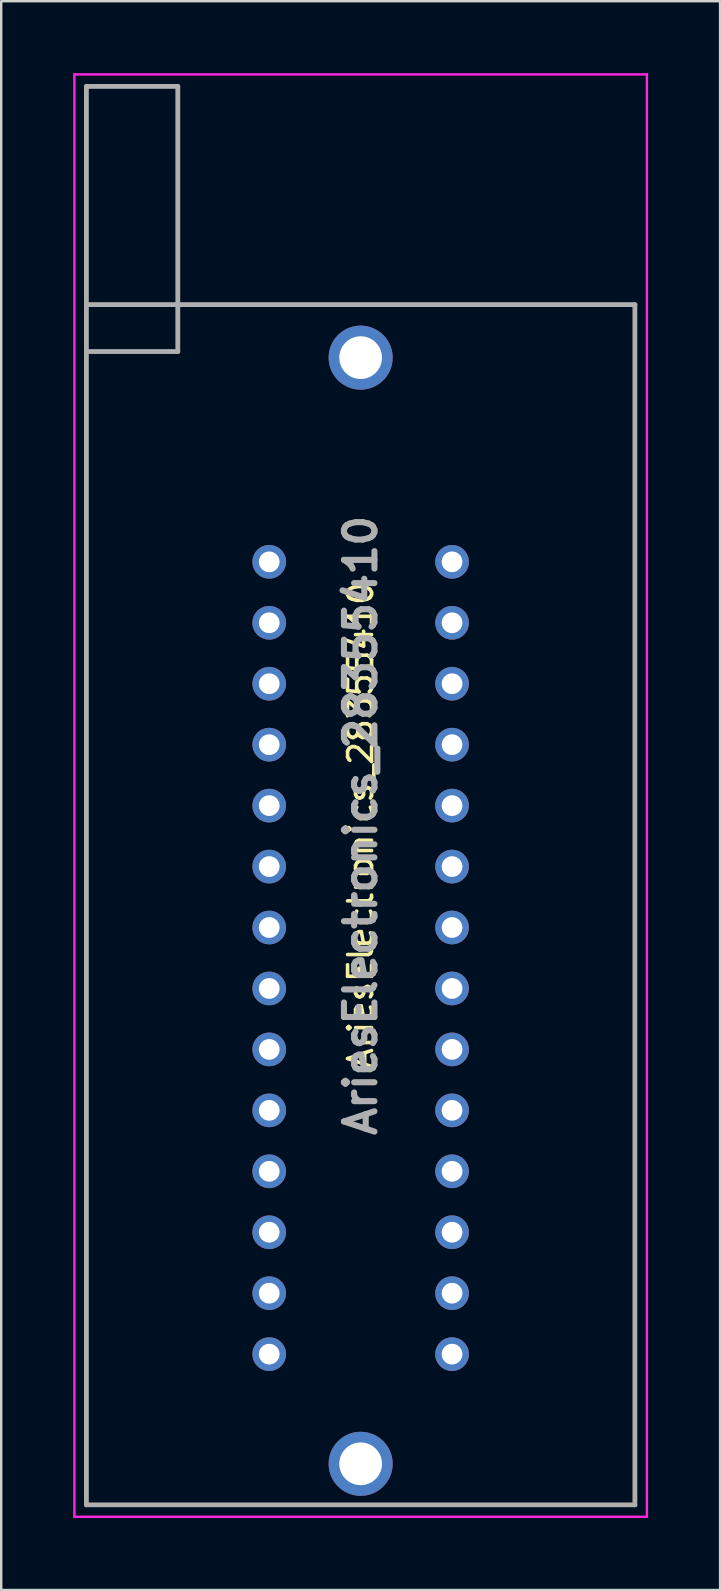
<source format=kicad_pcb>
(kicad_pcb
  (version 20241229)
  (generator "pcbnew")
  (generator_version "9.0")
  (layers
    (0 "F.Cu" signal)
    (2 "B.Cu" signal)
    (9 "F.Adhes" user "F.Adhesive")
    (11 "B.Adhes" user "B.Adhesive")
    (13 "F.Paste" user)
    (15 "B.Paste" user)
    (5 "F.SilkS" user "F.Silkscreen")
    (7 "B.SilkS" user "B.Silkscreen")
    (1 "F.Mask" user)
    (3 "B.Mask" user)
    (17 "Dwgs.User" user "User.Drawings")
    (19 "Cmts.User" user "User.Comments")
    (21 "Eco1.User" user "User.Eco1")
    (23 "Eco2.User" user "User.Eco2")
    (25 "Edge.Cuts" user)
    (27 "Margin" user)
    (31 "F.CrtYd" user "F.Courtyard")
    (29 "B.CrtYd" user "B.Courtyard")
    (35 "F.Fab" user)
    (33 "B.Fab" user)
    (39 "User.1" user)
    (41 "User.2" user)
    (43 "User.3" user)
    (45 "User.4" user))
  (footprint "AriesElectronics_28355410"
    (layer "F.Cu")
    (at 11.98 34.335)
    (property "Reference" "AriesElectronics_28355410" (at 0 -2.985 90) (layer "F.SilkS") (effects (font (size 1 1) (thickness 0.15))))
    (attr through_hole)
    (fp_line (start -11.43 -24.69) (end 11.43 -24.69) (stroke (width 0.1) (type solid)) (layer "F.SilkS"))
    (fp_line (start -11.43 25.33) (end -11.43 -24.69) (stroke (width 0.1) (type solid)) (layer "F.SilkS"))
    (fp_line (start 11.43 -24.69) (end 11.43 25.33) (stroke (width 0.1) (type solid)) (layer "F.SilkS"))
    (fp_line (start 11.43 25.33) (end -11.43 25.33) (stroke (width 0.1) (type solid)) (layer "F.SilkS"))
    (fp_line (start -11.93 -34.285) (end 11.93 -34.285) (stroke (width 0.1) (type solid)) (layer "F.CrtYd"))
    (fp_line (start -11.93 25.83) (end -11.93 -34.285) (stroke (width 0.1) (type solid)) (layer "F.CrtYd"))
    (fp_line (start 11.93 -34.285) (end 11.93 25.83) (stroke (width 0.1) (type solid)) (layer "F.CrtYd"))
    (fp_line (start 11.93 25.83) (end -11.93 25.83) (stroke (width 0.1) (type solid)) (layer "F.CrtYd"))
    (fp_line (start -11.43 -33.785) (end -7.62 -33.785) (stroke (width 0.2) (type solid)) (layer "F.Fab"))
    (fp_line (start -11.43 -24.69) (end 11.43 -24.69) (stroke (width 0.2) (type solid)) (layer "F.Fab"))
    (fp_line (start -11.43 -22.735) (end -11.43 -33.785) (stroke (width 0.2) (type solid)) (layer "F.Fab"))
    (fp_line (start -11.43 25.33) (end -11.43 -22.735) (stroke (width 0.2) (type solid)) (layer "F.Fab"))
    (fp_line (start -7.62 -33.785) (end -7.62 -22.735) (stroke (width 0.2) (type solid)) (layer "F.Fab"))
    (fp_line (start -7.62 -22.735) (end -11.43 -22.735) (stroke (width 0.2) (type solid)) (layer "F.Fab"))
    (fp_line (start 11.43 -24.69) (end 11.43 25.33) (stroke (width 0.2) (type solid)) (layer "F.Fab"))
    (fp_line (start 11.43 25.33) (end -11.43 25.33) (stroke (width 0.2) (type solid)) (layer "F.Fab"))
    (fp_text user "${REFERENCE}" (at 0 -2.985 90) (layer "F.Fab") (effects (font (size 1.27 1.27) (thickness 0.254))))
    (pad "1" thru_hole circle (at -3.81 -13.97 90) (size 1.403 1.403) (drill 0.864) (layers "*.Cu" "*.Mask"))
    (pad "2" thru_hole circle (at -3.81 -11.43 90) (size 1.403 1.403) (drill 0.864) (layers "*.Cu" "*.Mask"))
    (pad "3" thru_hole circle (at -3.81 -8.89 90) (size 1.403 1.403) (drill 0.864) (layers "*.Cu" "*.Mask"))
    (pad "4" thru_hole circle (at -3.81 -6.35 90) (size 1.403 1.403) (drill 0.864) (layers "*.Cu" "*.Mask"))
    (pad "5" thru_hole circle (at -3.81 -3.81 90) (size 1.403 1.403) (drill 0.864) (layers "*.Cu" "*.Mask"))
    (pad "6" thru_hole circle (at -3.81 -1.27 90) (size 1.403 1.403) (drill 0.864) (layers "*.Cu" "*.Mask"))
    (pad "7" thru_hole circle (at -3.81 1.27 90) (size 1.403 1.403) (drill 0.864) (layers "*.Cu" "*.Mask"))
    (pad "8" thru_hole circle (at -3.81 3.81 90) (size 1.403 1.403) (drill 0.864) (layers "*.Cu" "*.Mask"))
    (pad "9" thru_hole circle (at -3.81 6.35 90) (size 1.403 1.403) (drill 0.864) (layers "*.Cu" "*.Mask"))
    (pad "10" thru_hole circle (at -3.81 8.89 90) (size 1.403 1.403) (drill 0.864) (layers "*.Cu" "*.Mask"))
    (pad "11" thru_hole circle (at -3.81 11.43 90) (size 1.403 1.403) (drill 0.864) (layers "*.Cu" "*.Mask"))
    (pad "12" thru_hole circle (at -3.81 13.97 90) (size 1.403 1.403) (drill 0.864) (layers "*.Cu" "*.Mask"))
    (pad "13" thru_hole circle (at -3.81 16.51 90) (size 1.403 1.403) (drill 0.864) (layers "*.Cu" "*.Mask"))
    (pad "14" thru_hole circle (at -3.81 19.05 90) (size 1.403 1.403) (drill 0.864) (layers "*.Cu" "*.Mask"))
    (pad "15" thru_hole circle (at 3.81 19.05 90) (size 1.403 1.403) (drill 0.864) (layers "*.Cu" "*.Mask"))
    (pad "16" thru_hole circle (at 3.81 16.51 90) (size 1.403 1.403) (drill 0.864) (layers "*.Cu" "*.Mask"))
    (pad "17" thru_hole circle (at 3.81 13.97 90) (size 1.403 1.403) (drill 0.864) (layers "*.Cu" "*.Mask"))
    (pad "18" thru_hole circle (at 3.81 11.43 90) (size 1.403 1.403) (drill 0.864) (layers "*.Cu" "*.Mask"))
    (pad "19" thru_hole circle (at 3.81 8.89 90) (size 1.403 1.403) (drill 0.864) (layers "*.Cu" "*.Mask"))
    (pad "20" thru_hole circle (at 3.81 6.35 90) (size 1.403 1.403) (drill 0.864) (layers "*.Cu" "*.Mask"))
    (pad "21" thru_hole circle (at 3.81 3.81 90) (size 1.403 1.403) (drill 0.864) (layers "*.Cu" "*.Mask"))
    (pad "22" thru_hole circle (at 3.81 1.27 90) (size 1.403 1.403) (drill 0.864) (layers "*.Cu" "*.Mask"))
    (pad "23" thru_hole circle (at 3.81 -1.27 90) (size 1.403 1.403) (drill 0.864) (layers "*.Cu" "*.Mask"))
    (pad "24" thru_hole circle (at 3.81 -3.81 90) (size 1.403 1.403) (drill 0.864) (layers "*.Cu" "*.Mask"))
    (pad "25" thru_hole circle (at 3.81 -6.35 90) (size 1.403 1.403) (drill 0.864) (layers "*.Cu" "*.Mask"))
    (pad "26" thru_hole circle (at 3.81 -8.89 90) (size 1.403 1.403) (drill 0.864) (layers "*.Cu" "*.Mask"))
    (pad "27" thru_hole circle (at 3.81 -11.43 90) (size 1.403 1.403) (drill 0.864) (layers "*.Cu" "*.Mask"))
    (pad "28" thru_hole circle (at 3.81 -13.97 90) (size 1.403 1.403) (drill 0.864) (layers "*.Cu" "*.Mask"))
    (pad "MH1" thru_hole circle (at 0 23.62 90) (size 2.67 2.67) (drill 1.78) (layers "*.Cu" "*.Mask"))
    (pad "MH2" thru_hole circle (at 0 -22.48 90) (size 2.67 2.67) (drill 1.78) (layers "*.Cu" "*.Mask")))
  (gr_rect
    (start -3 -3)
    (end 26.96 63.215)
    (stroke (width 0.1) (type default))
    (fill no)
    (layer "Edge.Cuts")))
</source>
